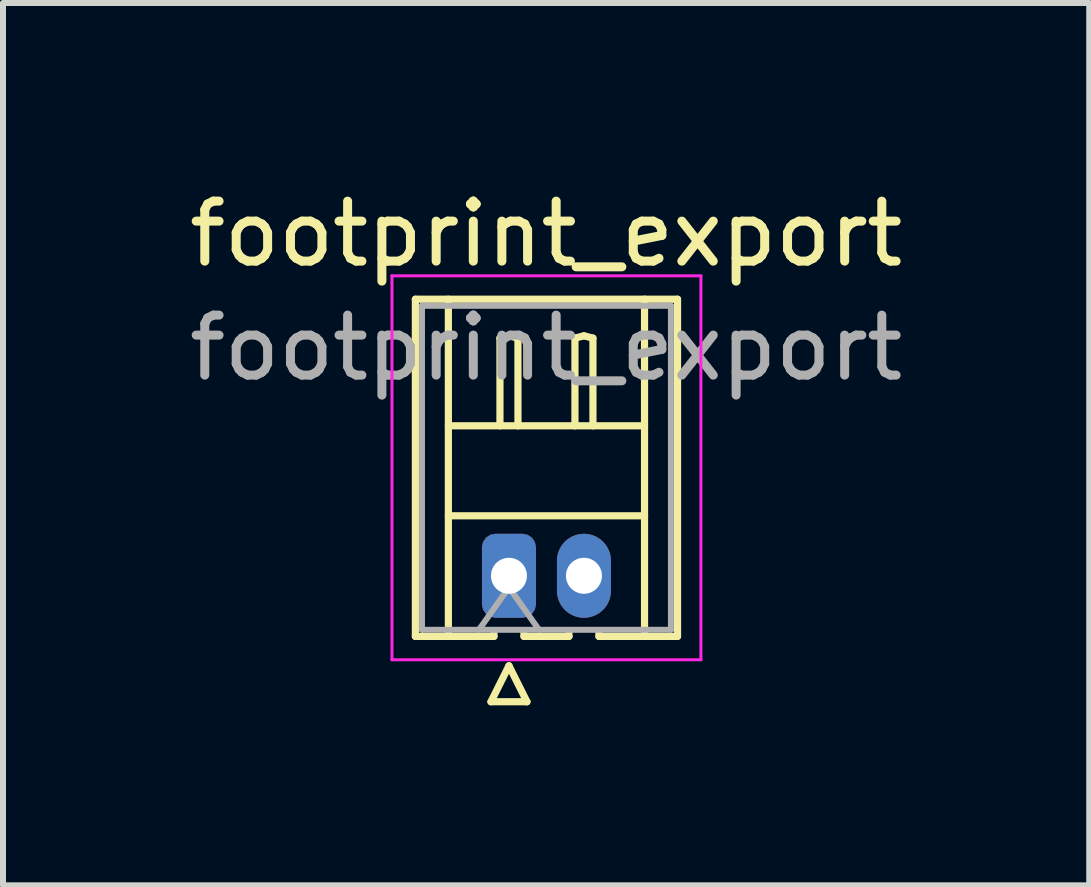
<source format=kicad_pcb>
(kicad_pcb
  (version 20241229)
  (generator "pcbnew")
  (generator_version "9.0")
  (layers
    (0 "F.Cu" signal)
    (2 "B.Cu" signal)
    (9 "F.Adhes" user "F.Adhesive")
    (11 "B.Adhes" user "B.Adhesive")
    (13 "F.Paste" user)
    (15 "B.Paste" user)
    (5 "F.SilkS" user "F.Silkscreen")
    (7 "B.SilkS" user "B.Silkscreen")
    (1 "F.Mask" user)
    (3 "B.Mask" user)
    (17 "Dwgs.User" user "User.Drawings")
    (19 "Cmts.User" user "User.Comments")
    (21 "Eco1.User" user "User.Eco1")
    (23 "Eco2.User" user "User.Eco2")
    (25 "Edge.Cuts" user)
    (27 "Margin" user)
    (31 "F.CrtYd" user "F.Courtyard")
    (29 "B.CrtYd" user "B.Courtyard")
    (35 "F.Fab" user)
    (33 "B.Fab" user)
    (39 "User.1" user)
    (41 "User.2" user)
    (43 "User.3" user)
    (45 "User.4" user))
  (footprint "footprint_export"
    (layer "F.Cu")
    (at 5.434 6.548)
    (property "Reference" "footprint_export" (at 0.62 -5.7 0) (layer "F.SilkS") (effects (font (size 1 1) (thickness 0.15))))
    (attr through_hole)
    (fp_line (start -1.56 -4.61) (end 2.81 -4.61) (stroke (width 0.12) (type solid)) (layer "F.SilkS"))
    (fp_line (start -1.56 1.01) (end -1.56 -4.61) (stroke (width 0.12) (type solid)) (layer "F.SilkS"))
    (fp_line (start -1.01 -4.61) (end -1.01 1.01) (stroke (width 0.12) (type solid)) (layer "F.SilkS"))
    (fp_line (start -1.01 -2.5) (end 2.26 -2.5) (stroke (width 0.12) (type solid)) (layer "F.SilkS"))
    (fp_line (start -1.01 -1) (end 2.26 -1) (stroke (width 0.12) (type solid)) (layer "F.SilkS"))
    (fp_line (start -0.3 2.1) (end 0.3 2.1) (stroke (width 0.12) (type solid)) (layer "F.SilkS"))
    (fp_line (start -0.25 0.96) (end -0.25 1.01) (stroke (width 0.12) (type solid)) (layer "F.SilkS"))
    (fp_line (start -0.25 1.01) (end -1.56 1.01) (stroke (width 0.12) (type solid)) (layer "F.SilkS"))
    (fp_line (start -0.15 -3.962) (end 0 -4) (stroke (width 0.12) (type solid)) (layer "F.SilkS"))
    (fp_line (start -0.15 -2.5) (end -0.15 -3.962) (stroke (width 0.12) (type solid)) (layer "F.SilkS"))
    (fp_line (start 0 -4) (end 0.15 -3.962) (stroke (width 0.12) (type solid)) (layer "F.SilkS"))
    (fp_line (start 0 1.5) (end -0.3 2.1) (stroke (width 0.12) (type solid)) (layer "F.SilkS"))
    (fp_line (start 0.15 -3.962) (end 0.15 -2.5) (stroke (width 0.12) (type solid)) (layer "F.SilkS"))
    (fp_line (start 0.25 0.96) (end 0.25 1.01) (stroke (width 0.12) (type solid)) (layer "F.SilkS"))
    (fp_line (start 0.25 1.01) (end 1 1.01) (stroke (width 0.12) (type solid)) (layer "F.SilkS"))
    (fp_line (start 0.3 2.1) (end 0 1.5) (stroke (width 0.12) (type solid)) (layer "F.SilkS"))
    (fp_line (start 1 1.01) (end 1 0.96) (stroke (width 0.12) (type solid)) (layer "F.SilkS"))
    (fp_line (start 1.1 -3.962) (end 1.25 -4) (stroke (width 0.12) (type solid)) (layer "F.SilkS"))
    (fp_line (start 1.1 -2.5) (end 1.1 -3.962) (stroke (width 0.12) (type solid)) (layer "F.SilkS"))
    (fp_line (start 1.25 -4) (end 1.4 -3.962) (stroke (width 0.12) (type solid)) (layer "F.SilkS"))
    (fp_line (start 1.4 -3.962) (end 1.4 -2.5) (stroke (width 0.12) (type solid)) (layer "F.SilkS"))
    (fp_line (start 1.5 1.01) (end 1.5 0.96) (stroke (width 0.12) (type solid)) (layer "F.SilkS"))
    (fp_line (start 2.26 -4.61) (end 2.26 1.01) (stroke (width 0.12) (type solid)) (layer "F.SilkS"))
    (fp_line (start 2.81 -4.61) (end 2.81 1.01) (stroke (width 0.12) (type solid)) (layer "F.SilkS"))
    (fp_line (start 2.81 1.01) (end 1.5 1.01) (stroke (width 0.12) (type solid)) (layer "F.SilkS"))
    (fp_line (start -1.95 -5) (end -1.95 1.4) (stroke (width 0.05) (type solid)) (layer "F.CrtYd"))
    (fp_line (start -1.95 1.4) (end 3.2 1.4) (stroke (width 0.05) (type solid)) (layer "F.CrtYd"))
    (fp_line (start 3.2 -5) (end -1.95 -5) (stroke (width 0.05) (type solid)) (layer "F.CrtYd"))
    (fp_line (start 3.2 1.4) (end 3.2 -5) (stroke (width 0.05) (type solid)) (layer "F.CrtYd"))
    (fp_line (start -1.45 -4.5) (end -1.45 0.9) (stroke (width 0.1) (type solid)) (layer "F.Fab"))
    (fp_line (start -1.45 0.9) (end 2.7 0.9) (stroke (width 0.1) (type solid)) (layer "F.Fab"))
    (fp_line (start -0.5 0.9) (end 0 0.193) (stroke (width 0.1) (type solid)) (layer "F.Fab"))
    (fp_line (start 0 0.193) (end 0.5 0.9) (stroke (width 0.1) (type solid)) (layer "F.Fab"))
    (fp_line (start 2.7 -4.5) (end -1.45 -4.5) (stroke (width 0.1) (type solid)) (layer "F.Fab"))
    (fp_line (start 2.7 0.9) (end 2.7 -4.5) (stroke (width 0.1) (type solid)) (layer "F.Fab"))
    (fp_text user "${REFERENCE}" (at 0.62 -3.8 0) (layer "F.Fab") (effects (font (size 1 1) (thickness 0.15))))
    (pad "1" thru_hole roundrect (at 0 0) (size 0.9 1.4) (drill 0.6) (layers "*.Cu" "*.Mask") (roundrect_rratio 0.25))
    (pad "2" thru_hole oval (at 1.25 0) (size 0.9 1.4) (drill 0.6) (layers "*.Cu" "*.Mask")))
  (gr_rect
    (start -3 -3)
    (end 15.107 11.708)
    (stroke (width 0.1) (type default))
    (fill no)
    (layer "Edge.Cuts")))
</source>
